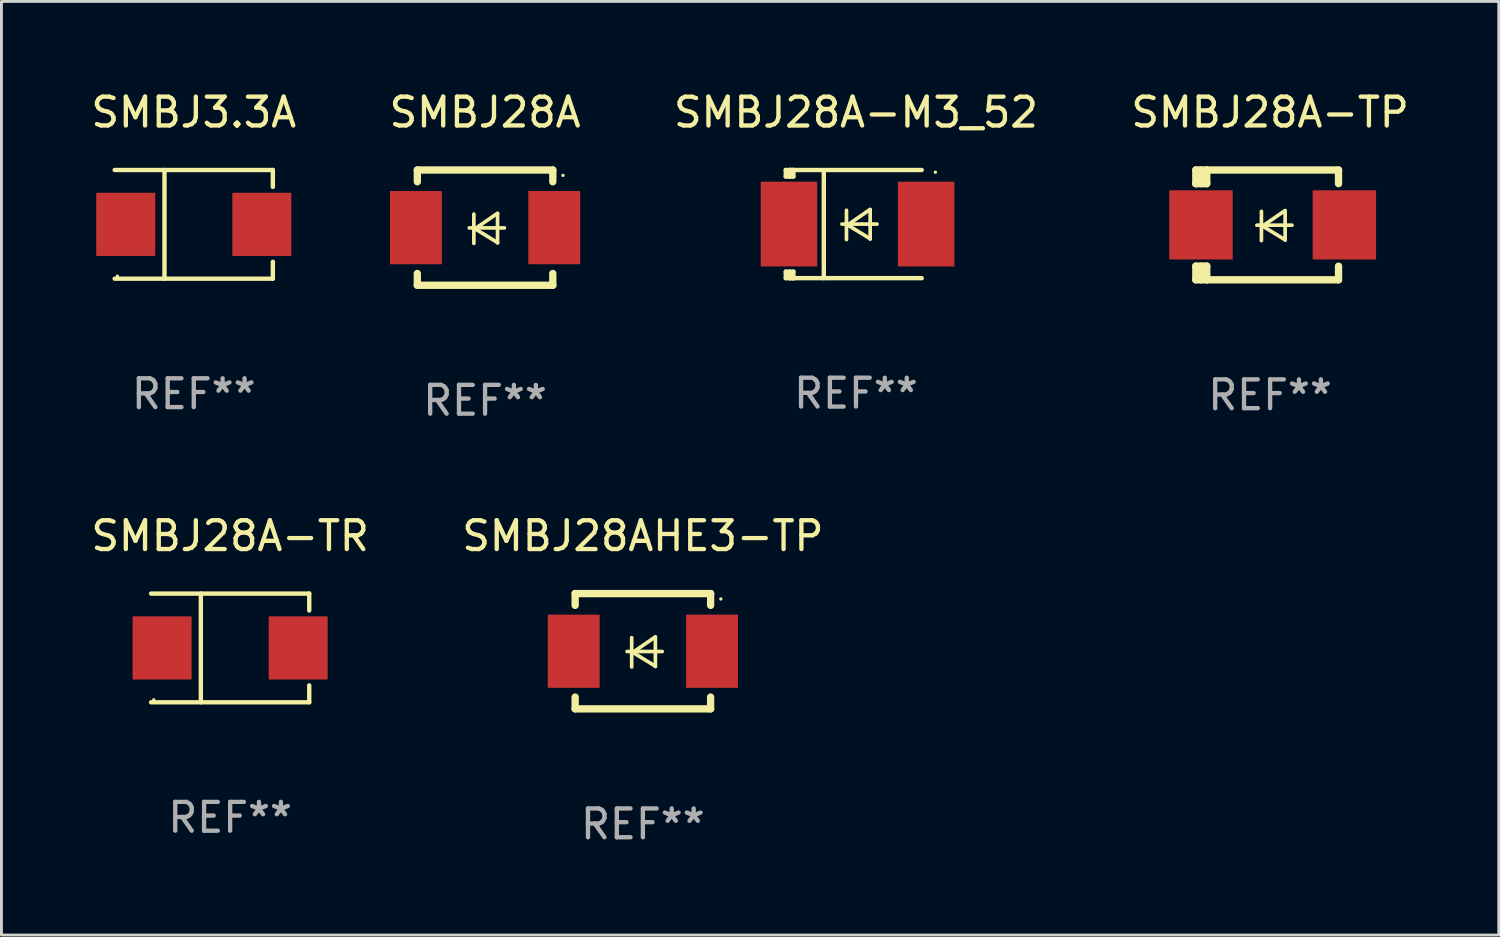
<source format=kicad_pcb>
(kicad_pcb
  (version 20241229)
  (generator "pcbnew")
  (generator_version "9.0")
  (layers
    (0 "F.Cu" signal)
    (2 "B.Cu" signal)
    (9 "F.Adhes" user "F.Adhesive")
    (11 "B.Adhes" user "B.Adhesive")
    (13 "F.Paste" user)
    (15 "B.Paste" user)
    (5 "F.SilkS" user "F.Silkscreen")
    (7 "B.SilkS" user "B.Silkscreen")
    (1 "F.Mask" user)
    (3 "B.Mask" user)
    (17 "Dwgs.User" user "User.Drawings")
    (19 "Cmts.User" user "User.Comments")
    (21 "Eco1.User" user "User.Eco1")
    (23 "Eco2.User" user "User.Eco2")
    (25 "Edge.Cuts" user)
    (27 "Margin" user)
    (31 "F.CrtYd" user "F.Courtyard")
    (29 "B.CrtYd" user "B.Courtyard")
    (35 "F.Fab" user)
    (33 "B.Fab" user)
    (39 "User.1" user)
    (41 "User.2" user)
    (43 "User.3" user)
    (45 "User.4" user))
  (footprint "SMBJ28A-TR"
    (layer "F.Cu")
    (at 4.935 19.431)
    (property "Reference" "SMBJ28A-TR" (at 0 -3.886 0) (layer "F.SilkS") (effects (font (size 1 1) (thickness 0.15))))
    (attr through_hole)
    (fp_line (start -2.744 -1.886) (end 2.744 -1.886) (stroke (width 0.152) (type solid)) (layer "F.SilkS"))
    (fp_line (start -2.744 1.886) (end 2.744 1.886) (stroke (width 0.152) (type solid)) (layer "F.SilkS"))
    (fp_line (start -1.016 -1.886) (end -1.016 1.886) (stroke (width 0.152) (type solid)) (layer "F.SilkS"))
    (fp_line (start 2.744 -1.886) (end 2.744 -1.299) (stroke (width 0.152) (type solid)) (layer "F.SilkS"))
    (fp_line (start 2.744 1.886) (end 2.744 1.299) (stroke (width 0.152) (type solid)) (layer "F.SilkS"))
    (fp_circle (center -2.65 1.8) (end -2.62 1.8) (stroke (width 0.06) (type solid)) (fill no) (layer "F.SilkS"))
    (fp_text user "REF**" (at 0 5.886 0) (layer "F.Fab") (effects (font (size 1 1) (thickness 0.15))))
    (pad "1" smd rect (at -2.361 0) (size 2.047 2.192) (layers "F.Cu" "F.Mask" "F.Paste"))
    (pad "2" smd rect (at 2.361 0) (size 2.047 2.192) (layers "F.Cu" "F.Mask" "F.Paste")))
  (footprint "SMBJ3.3A"
    (layer "F.Cu")
    (at 3.673 4.734)
    (property "Reference" "SMBJ3.3A" (at 0 -3.886 0) (layer "F.SilkS") (effects (font (size 1 1) (thickness 0.15))))
    (attr through_hole)
    (fp_line (start -2.744 -1.886) (end 2.744 -1.886) (stroke (width 0.152) (type solid)) (layer "F.SilkS"))
    (fp_line (start -2.744 1.886) (end 2.744 1.886) (stroke (width 0.152) (type solid)) (layer "F.SilkS"))
    (fp_line (start -1.016 -1.886) (end -1.016 1.886) (stroke (width 0.152) (type solid)) (layer "F.SilkS"))
    (fp_line (start 2.744 -1.886) (end 2.744 -1.299) (stroke (width 0.152) (type solid)) (layer "F.SilkS"))
    (fp_line (start 2.744 1.886) (end 2.744 1.299) (stroke (width 0.152) (type solid)) (layer "F.SilkS"))
    (fp_circle (center -2.65 1.8) (end -2.62 1.8) (stroke (width 0.06) (type solid)) (fill no) (layer "F.SilkS"))
    (fp_text user "REF**" (at 0 5.886 0) (layer "F.Fab") (effects (font (size 1 1) (thickness 0.15))))
    (pad "1" smd rect (at -2.361 0) (size 2.047 2.192) (layers "F.Cu" "F.Mask" "F.Paste"))
    (pad "2" smd rect (at 2.361 0) (size 2.047 2.192) (layers "F.Cu" "F.Mask" "F.Paste")))
  (footprint "SMBJ28A"
    (layer "F.Cu")
    (at 13.78 4.848)
    (property "Reference" "SMBJ28A" (at 0 -4 0) (layer "F.SilkS") (effects (font (size 1 1) (thickness 0.15))))
    (attr through_hole)
    (fp_line (start -2.35 -2) (end -2.35 -1.591) (stroke (width 0.254) (type solid)) (layer "F.SilkS"))
    (fp_line (start -2.35 -2) (end 2.35 -2) (stroke (width 0.254) (type solid)) (layer "F.SilkS"))
    (fp_line (start -2.35 1.591) (end -2.35 2) (stroke (width 0.254) (type solid)) (layer "F.SilkS"))
    (fp_line (start -2.35 2) (end 2.35 2) (stroke (width 0.254) (type solid)) (layer "F.SilkS"))
    (fp_line (start -0.548 0.01) (end 0.671 0.01) (stroke (width 0.127) (type solid)) (layer "F.SilkS"))
    (fp_line (start -0.389 -0.47) (end -0.389 0.546) (stroke (width 0.127) (type solid)) (layer "F.SilkS"))
    (fp_line (start -0.35 0.04) (end 0.433 0.52) (stroke (width 0.127) (type solid)) (layer "F.SilkS"))
    (fp_line (start 0.433 -0.5) (end -0.35 0.04) (stroke (width 0.127) (type solid)) (layer "F.SilkS"))
    (fp_line (start 0.433 0.53) (end 0.433 -0.486) (stroke (width 0.127) (type solid)) (layer "F.SilkS"))
    (fp_line (start 2.35 -2) (end 2.35 -1.591) (stroke (width 0.254) (type solid)) (layer "F.SilkS"))
    (fp_line (start 2.35 1.591) (end 2.35 2) (stroke (width 0.254) (type solid)) (layer "F.SilkS"))
    (fp_circle (center 2.704 -1.813) (end 2.734 -1.813) (stroke (width 0.06) (type solid)) (fill no) (layer "F.SilkS"))
    (fp_text user "REF**" (at 0 6 0) (layer "F.Fab") (effects (font (size 1 1) (thickness 0.15))))
    (pad "1" smd rect (at 2.4 0) (size 1.8 2.54) (layers "F.Cu" "F.Mask" "F.Paste"))
    (pad "2" smd rect (at -2.4 0) (size 1.8 2.54) (layers "F.Cu" "F.Mask" "F.Paste")))
  (footprint "SMBJ28A-TP"
    (layer "F.Cu")
    (at 41.018 4.753)
    (property "Reference" "SMBJ28A-TP" (at 0 -3.905 0) (layer "F.SilkS") (effects (font (size 1 1) (thickness 0.15))))
    (attr through_hole)
    (fp_line (start -2.577 -1.905) (end -2.577 -1.431) (stroke (width 0.254) (type solid)) (layer "F.SilkS"))
    (fp_line (start -2.577 1.431) (end -2.577 1.905) (stroke (width 0.254) (type solid)) (layer "F.SilkS"))
    (fp_line (start -2.577 1.431) (end -2.198 1.431) (stroke (width 0.254) (type solid)) (layer "F.SilkS"))
    (fp_line (start -2.577 1.905) (end -2.198 1.905) (stroke (width 0.254) (type solid)) (layer "F.SilkS"))
    (fp_line (start -2.577 -1.431) (end -2.577 -1.431) (stroke (width 0.254) (type solid)) (layer "F.SilkS"))
    (fp_line (start -2.395 -1.431) (end -2.395 -1.905) (stroke (width 0.254) (type solid)) (layer "F.SilkS"))
    (fp_line (start -2.395 1.905) (end -2.395 1.431) (stroke (width 0.254) (type solid)) (layer "F.SilkS"))
    (fp_line (start -2.198 -1.905) (end -2.577 -1.905) (stroke (width 0.254) (type solid)) (layer "F.SilkS"))
    (fp_line (start -2.198 -1.905) (end 2.374 -1.905) (stroke (width 0.254) (type solid)) (layer "F.SilkS"))
    (fp_line (start -2.198 -1.431) (end -2.577 -1.431) (stroke (width 0.254) (type solid)) (layer "F.SilkS"))
    (fp_line (start -2.198 -1.431) (end -2.198 -1.905) (stroke (width 0.254) (type solid)) (layer "F.SilkS"))
    (fp_line (start -2.198 1.905) (end -2.198 1.431) (stroke (width 0.254) (type solid)) (layer "F.SilkS"))
    (fp_line (start -0.46 0.01) (end 0.759 0.01) (stroke (width 0.127) (type solid)) (layer "F.SilkS"))
    (fp_line (start -0.301 -0.47) (end -0.301 0.546) (stroke (width 0.127) (type solid)) (layer "F.SilkS"))
    (fp_line (start -0.262 0.04) (end 0.521 0.52) (stroke (width 0.127) (type solid)) (layer "F.SilkS"))
    (fp_line (start 0.521 -0.5) (end -0.262 0.04) (stroke (width 0.127) (type solid)) (layer "F.SilkS"))
    (fp_line (start 0.521 0.53) (end 0.521 -0.486) (stroke (width 0.127) (type solid)) (layer "F.SilkS"))
    (fp_line (start 2.374 -1.905) (end 2.374 -1.431) (stroke (width 0.254) (type solid)) (layer "F.SilkS"))
    (fp_line (start 2.374 1.431) (end 2.374 1.905) (stroke (width 0.254) (type solid)) (layer "F.SilkS"))
    (fp_line (start 2.374 1.905) (end -2.198 1.905) (stroke (width 0.254) (type solid)) (layer "F.SilkS"))
    (fp_circle (center -2.561 1.8) (end -2.531 1.8) (stroke (width 0.06) (type solid)) (fill no) (layer "F.SilkS"))
    (fp_text user "REF**" (at 0 5.905 0) (layer "F.Fab") (effects (font (size 1 1) (thickness 0.15))))
    (pad "1" smd rect (at -2.398 -0.000025) (size 2.2 2.4) (layers "F.Cu" "F.Mask" "F.Paste"))
    (pad "2" smd rect (at 2.577 -0.000025) (size 2.2 2.4) (layers "F.Cu" "F.Mask" "F.Paste")))
  (footprint "SMBJ28AHE3-TP"
    (layer "F.Cu")
    (at 19.256 19.545)
    (property "Reference" "SMBJ28AHE3-TP" (at 0 -4 0) (layer "F.SilkS") (effects (font (size 1 1) (thickness 0.15))))
    (attr through_hole)
    (fp_line (start -2.35 -2) (end -2.35 -1.591) (stroke (width 0.254) (type solid)) (layer "F.SilkS"))
    (fp_line (start -2.35 -2) (end 2.35 -2) (stroke (width 0.254) (type solid)) (layer "F.SilkS"))
    (fp_line (start -2.35 1.591) (end -2.35 2) (stroke (width 0.254) (type solid)) (layer "F.SilkS"))
    (fp_line (start -2.35 2) (end 2.35 2) (stroke (width 0.254) (type solid)) (layer "F.SilkS"))
    (fp_line (start -0.548 0.01) (end 0.671 0.01) (stroke (width 0.127) (type solid)) (layer "F.SilkS"))
    (fp_line (start -0.389 -0.47) (end -0.389 0.546) (stroke (width 0.127) (type solid)) (layer "F.SilkS"))
    (fp_line (start -0.35 0.04) (end 0.433 0.52) (stroke (width 0.127) (type solid)) (layer "F.SilkS"))
    (fp_line (start 0.433 -0.5) (end -0.35 0.04) (stroke (width 0.127) (type solid)) (layer "F.SilkS"))
    (fp_line (start 0.433 0.53) (end 0.433 -0.486) (stroke (width 0.127) (type solid)) (layer "F.SilkS"))
    (fp_line (start 2.35 -2) (end 2.35 -1.591) (stroke (width 0.254) (type solid)) (layer "F.SilkS"))
    (fp_line (start 2.35 1.591) (end 2.35 2) (stroke (width 0.254) (type solid)) (layer "F.SilkS"))
    (fp_circle (center 2.704 -1.813) (end 2.734 -1.813) (stroke (width 0.06) (type solid)) (fill no) (layer "F.SilkS"))
    (fp_text user "REF**" (at 0 6 0) (layer "F.Fab") (effects (font (size 1 1) (thickness 0.15))))
    (pad "1" smd rect (at 2.4 0) (size 1.8 2.54) (layers "F.Cu" "F.Mask" "F.Paste"))
    (pad "2" smd rect (at -2.4 0) (size 1.8 2.54) (layers "F.Cu" "F.Mask" "F.Paste")))
  (footprint "SMBJ28A-M3_52"
    (layer "F.Cu")
    (at 26.649 4.725)
    (property "Reference" "SMBJ28A-M3_52" (at 0 -3.876 0) (layer "F.SilkS") (effects (font (size 1 1) (thickness 0.15))))
    (attr through_hole)
    (fp_line (start -2.435 1.65) (end -2.171 1.65) (stroke (width 0.152) (type solid)) (layer "F.SilkS"))
    (fp_line (start -2.435 1.876) (end -2.435 1.65) (stroke (width 0.152) (type solid)) (layer "F.SilkS"))
    (fp_line (start -2.435 -1.876) (end -2.171 -1.876) (stroke (width 0.152) (type solid)) (layer "F.SilkS"))
    (fp_line (start -2.435 -1.65) (end -2.435 -1.876) (stroke (width 0.152) (type solid)) (layer "F.SilkS"))
    (fp_line (start -2.305 -1.866) (end -2.295 -1.876) (stroke (width 0.152) (type solid)) (layer "F.SilkS"))
    (fp_line (start -2.305 -1.65) (end -2.305 -1.866) (stroke (width 0.152) (type solid)) (layer "F.SilkS"))
    (fp_line (start -2.305 1.876) (end -2.305 1.65) (stroke (width 0.152) (type solid)) (layer "F.SilkS"))
    (fp_line (start -2.295 -1.876) (end -2.295 -1.65) (stroke (width 0.152) (type solid)) (layer "F.SilkS"))
    (fp_line (start -2.171 1.876) (end -2.435 1.876) (stroke (width 0.152) (type solid)) (layer "F.SilkS"))
    (fp_line (start -2.171 -1.65) (end -2.435 -1.65) (stroke (width 0.152) (type solid)) (layer "F.SilkS"))
    (fp_line (start -2.171 -1.876) (end -2.295 -1.876) (stroke (width 0.152) (type solid)) (layer "F.SilkS"))
    (fp_line (start -2.171 -1.65) (end -2.171 -1.876) (stroke (width 0.152) (type solid)) (layer "F.SilkS"))
    (fp_line (start -2.171 1.876) (end -2.305 1.876) (stroke (width 0.152) (type solid)) (layer "F.SilkS"))
    (fp_line (start -2.171 1.876) (end -2.171 1.65) (stroke (width 0.152) (type solid)) (layer "F.SilkS"))
    (fp_line (start -1.116 1.876) (end -1.116 -1.876) (stroke (width 0.152) (type solid)) (layer "F.SilkS"))
    (fp_line (start -0.488 0.000102) (end 0.731 0.000102) (stroke (width 0.127) (type solid)) (layer "F.SilkS"))
    (fp_line (start -0.329 -0.48) (end -0.329 0.536) (stroke (width 0.127) (type solid)) (layer "F.SilkS"))
    (fp_line (start -0.29 0.03) (end 0.493 0.51) (stroke (width 0.127) (type solid)) (layer "F.SilkS"))
    (fp_line (start 0.493 -0.51) (end -0.29 0.03) (stroke (width 0.127) (type solid)) (layer "F.SilkS"))
    (fp_line (start 0.493 0.52) (end 0.493 -0.496) (stroke (width 0.127) (type solid)) (layer "F.SilkS"))
    (fp_line (start 2.281 -1.876) (end -2.171 -1.876) (stroke (width 0.152) (type solid)) (layer "F.SilkS"))
    (fp_line (start 2.281 1.876) (end -2.171 1.876) (stroke (width 0.152) (type solid)) (layer "F.SilkS"))
    (fp_circle (center 2.755 -1.8) (end 2.785 -1.8) (stroke (width 0.06) (type solid)) (fill no) (layer "F.SilkS"))
    (fp_text user "REF**" (at 0 5.876 0) (layer "F.Fab") (effects (font (size 1 1) (thickness 0.15))))
    (pad "1" smd rect (at 2.435 -0.000025 180) (size 1.96 2.94) (layers "F.Cu" "F.Mask" "F.Paste"))
    (pad "2" smd rect (at -2.325 -0.000025 180) (size 1.96 2.94) (layers "F.Cu" "F.Mask" "F.Paste")))
  (gr_rect
    (start -3 -3)
    (end 48.952 29.393)
    (stroke (width 0.1) (type default))
    (fill no)
    (layer "Edge.Cuts")))
</source>
